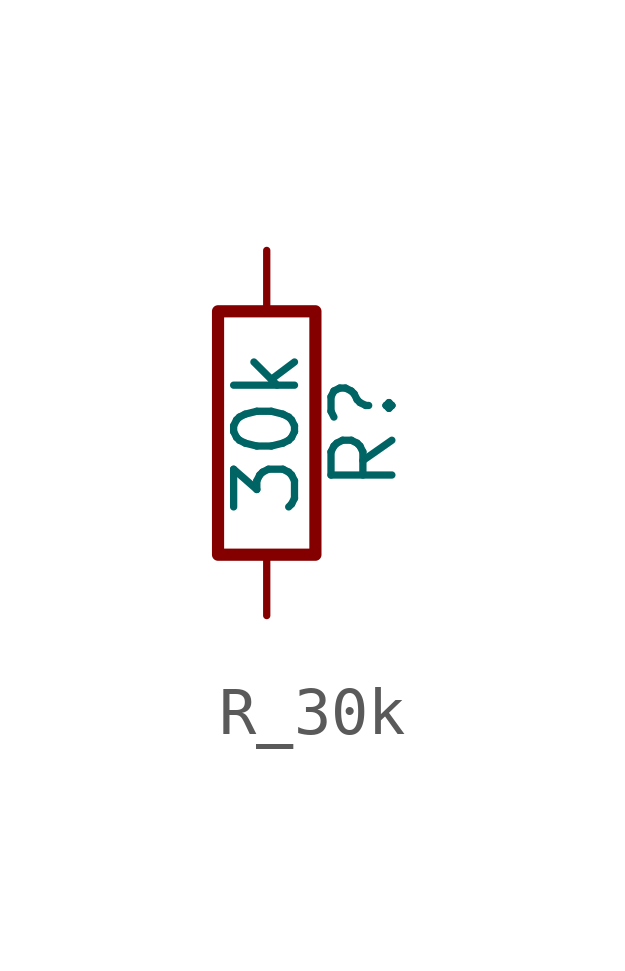
<source format=kicad_sym>
(kicad_symbol_lib
  (version 20241209)
  (generator "kicad_symbol_editor")
  (generator_version "9.0")
  (symbol "R_30k"
    (pin_numbers
      (hide yes))
    (pin_names
      (offset 0))
    (property "Reference" "R"
      (at 2.032 0 90)
      (effects (font (size 1.27 1.27))))
    (property "Value" "30k"
      (at 0 0 90)
      (effects (font (size 1.27 1.27))))
    (symbol "R_30k_0_1"
      (rectangle (start -1.016 -2.54) (end 1.016 2.54) (stroke (width 0.254) (type default)) (fill (type none))))
    (symbol "R_30k_1_1"
      (pin passive line (at 0 3.81 270) (length 1.27) (name "~" (effects (font (size 1.27 1.27)))) (number "1" (effects (font (size 1.27 1.27)))))
      (pin passive line (at 0 -3.81 90) (length 1.27) (name "~" (effects (font (size 1.27 1.27)))) (number "2" (effects (font (size 1.27 1.27))))))))
</source>
